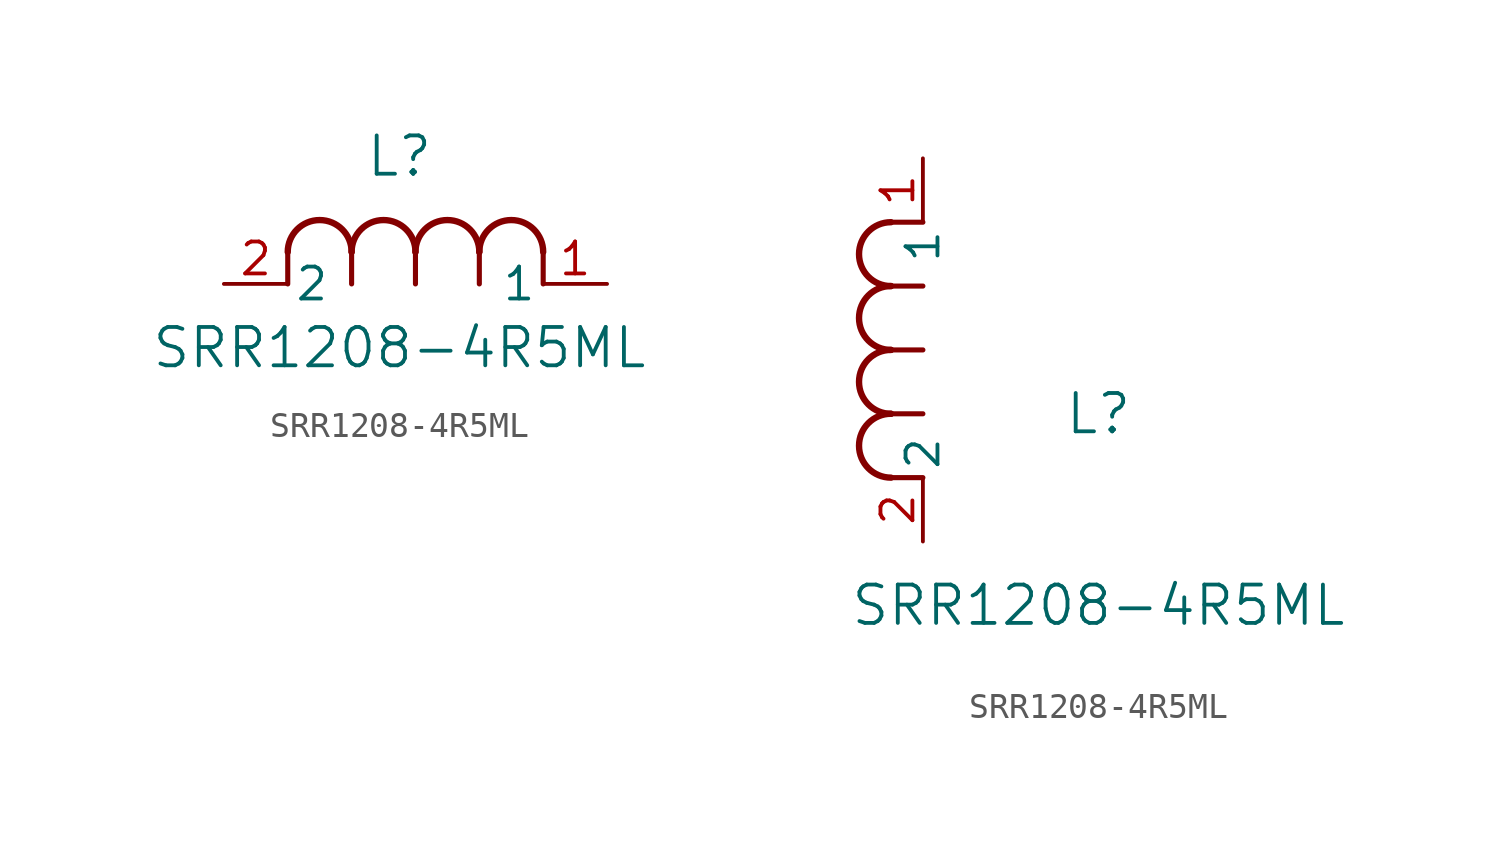
<source format=kicad_sym>
(kicad_symbol_lib
  (version 20211014)
  (generator kicad_symbol_editor)
  (symbol "SRR1208-4R5ML"
    (pin_names
      (offset 0.254))
    (property "Reference" "L"
      (at 6.985 5.08 0)
      (effects (font (size 1.524 1.524))))
    (property "Value" "SRR1208-4R5ML"
      (at 6.985 -2.54 0)
      (effects (font (size 1.524 1.524))))
    (symbol "SRR1208-4R5ML_1_1"
      (arc (start 7.62 1.27) (mid 6.35 2.54) (end 5.08 1.27) (stroke (width 0.254) (type default) (color 0 0 0 0)) (fill (type none)))
      (polyline (pts (xy 5.08 0) (xy 5.08 1.27)) (stroke (width 0.203) (type default) (color 0 0 0 0)) (fill (type none)))
      (polyline (pts (xy 7.62 0) (xy 7.62 1.27)) (stroke (width 0.203) (type default) (color 0 0 0 0)) (fill (type none)))
      (polyline (pts (xy 12.7 0) (xy 12.7 1.27)) (stroke (width 0.203) (type default) (color 0 0 0 0)) (fill (type none)))
      (arc (start 5.08 1.27) (mid 3.81 2.54) (end 2.54 1.27) (stroke (width 0.254) (type default) (color 0 0 0 0)) (fill (type none)))
      (arc (start 10.16 1.27) (mid 8.89 2.54) (end 7.62 1.27) (stroke (width 0.254) (type default) (color 0 0 0 0)) (fill (type none)))
      (arc (start 12.7 1.27) (mid 11.43 2.54) (end 10.16 1.27) (stroke (width 0.254) (type default) (color 0 0 0 0)) (fill (type none)))
      (polyline (pts (xy 2.54 0) (xy 2.54 1.27)) (stroke (width 0.203) (type default) (color 0 0 0 0)) (fill (type none)))
      (polyline (pts (xy 10.16 0) (xy 10.16 1.27)) (stroke (width 0.203) (type default) (color 0 0 0 0)) (fill (type none)))
      (pin unspecified line (at 0 0 0) (length 2.54) (name "2" (effects (font (size 1.27 1.27)))) (number "2" (effects (font (size 1.27 1.27)))))
      (pin unspecified line (at 15.24 0 180) (length 2.54) (name "1" (effects (font (size 1.27 1.27)))) (number "1" (effects (font (size 1.27 1.27))))))
    (symbol "SRR1208-4R5ML_1_2"
      (arc (start -1.27 7.62) (mid -2.54 6.35) (end -1.27 5.08) (stroke (width 0.254) (type default) (color 0 0 0 0)) (fill (type none)))
      (arc (start -1.27 5.08) (mid -2.54 3.81) (end -1.27 2.54) (stroke (width 0.254) (type default) (color 0 0 0 0)) (fill (type none)))
      (arc (start -1.27 12.7) (mid -2.54 11.43) (end -1.27 10.16) (stroke (width 0.254) (type default) (color 0 0 0 0)) (fill (type none)))
      (arc (start -1.27 10.16) (mid -2.54 8.89) (end -1.27 7.62) (stroke (width 0.254) (type default) (color 0 0 0 0)) (fill (type none)))
      (polyline (pts (xy 0 7.62) (xy -1.27 7.62)) (stroke (width 0.203) (type default) (color 0 0 0 0)) (fill (type none)))
      (polyline (pts (xy 0 5.08) (xy -1.27 5.08)) (stroke (width 0.203) (type default) (color 0 0 0 0)) (fill (type none)))
      (polyline (pts (xy 0 12.7) (xy -1.27 12.7)) (stroke (width 0.203) (type default) (color 0 0 0 0)) (fill (type none)))
      (polyline (pts (xy 0 2.54) (xy -1.27 2.54)) (stroke (width 0.203) (type default) (color 0 0 0 0)) (fill (type none)))
      (polyline (pts (xy 0 10.16) (xy -1.27 10.16)) (stroke (width 0.203) (type default) (color 0 0 0 0)) (fill (type none)))
      (pin unspecified line (at 0 0 90) (length 2.54) (name "2" (effects (font (size 1.27 1.27)))) (number "2" (effects (font (size 1.27 1.27)))))
      (pin unspecified line (at 0 15.24 270) (length 2.54) (name "1" (effects (font (size 1.27 1.27)))) (number "1" (effects (font (size 1.27 1.27))))))))
</source>
